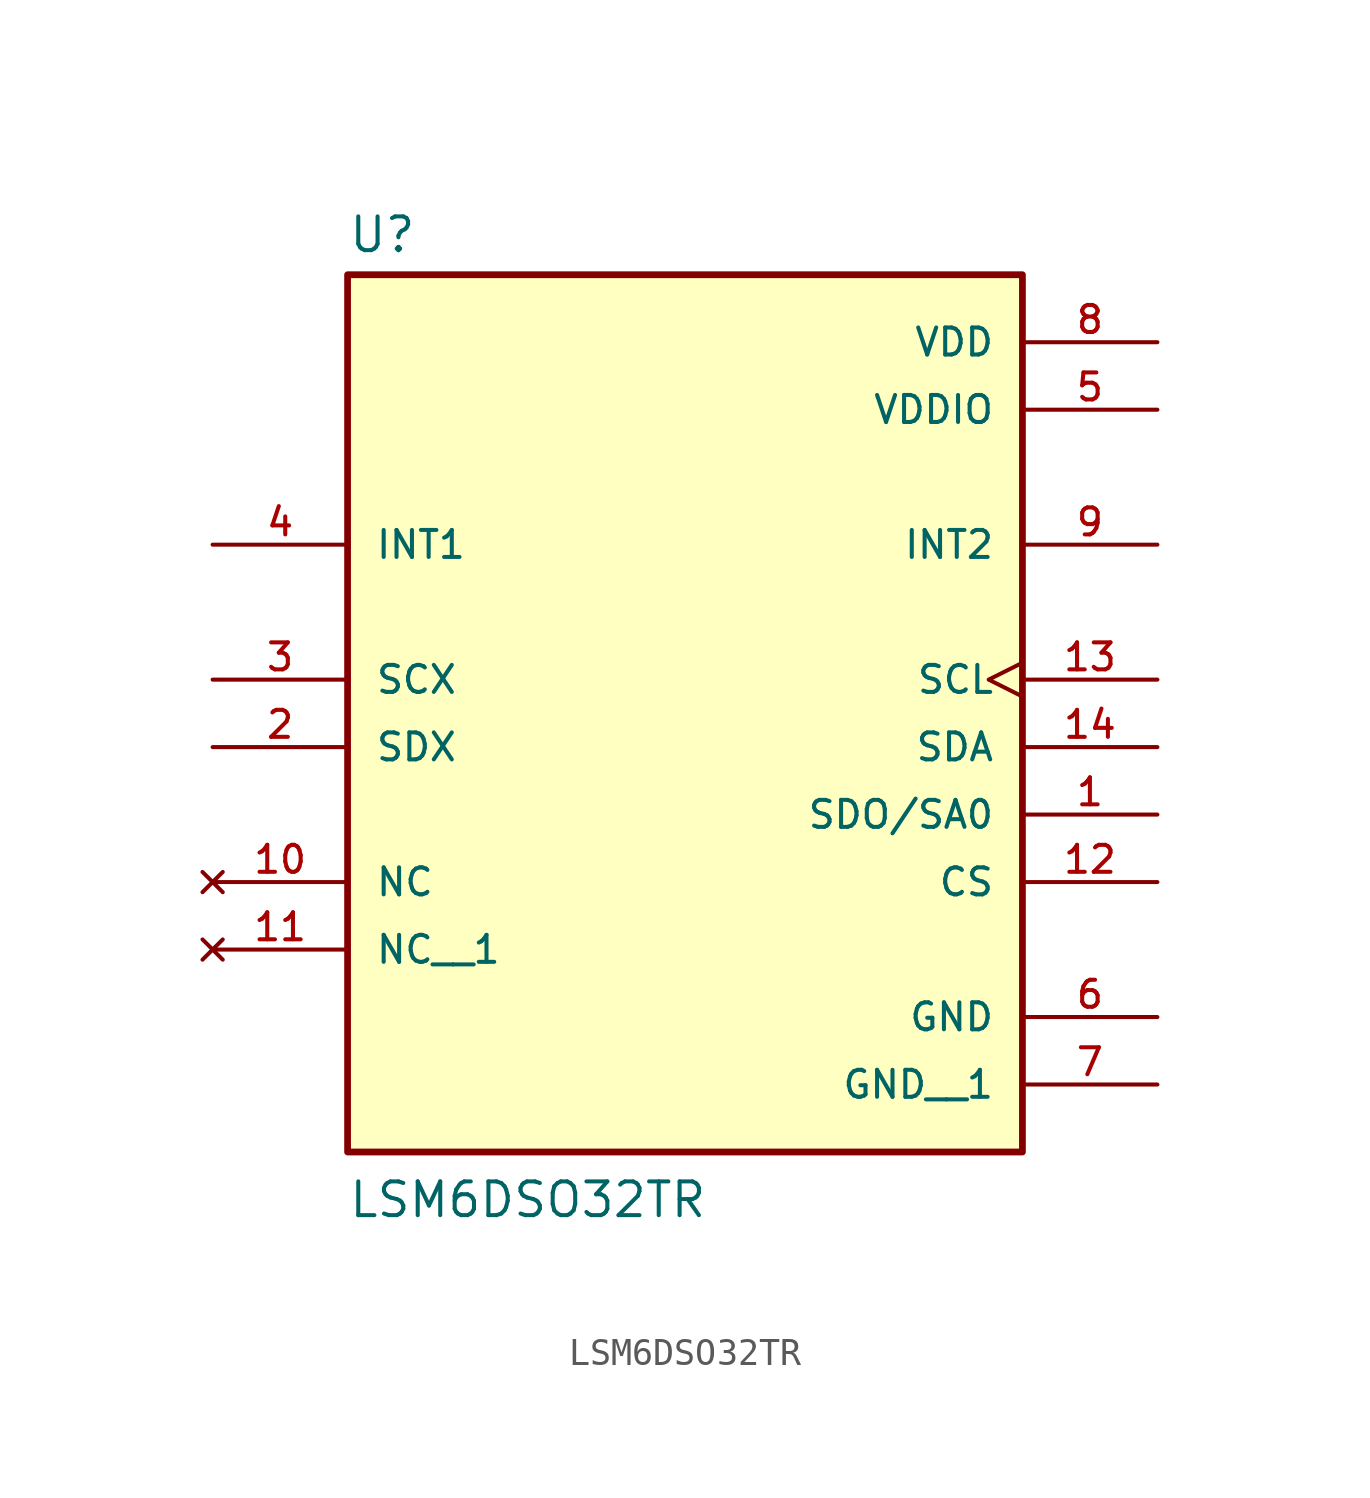
<source format=kicad_sym>
(kicad_symbol_lib
  (version 20211014)
  (generator kicad_symbol_editor)
  (symbol "LSM6DSO32TR"
    (pin_names
      (offset 1.016))
    (property "Reference" "U"
      (at -12.7 16.002 0)
      (effects (font (size 1.27 1.27)) (justify bottom left)))
    (property "Value" "LSM6DSO32TR"
      (at -12.7 -20.32 0)
      (effects (font (size 1.27 1.27)) (justify bottom left)))
    (symbol "LSM6DSO32TR_0_0"
      (rectangle (start -12.7 -17.78) (end 12.7 15.24) (stroke (width 0.254)) (fill (type background)))
      (pin bidirectional line (at 17.78 -5.08 180.0) (length 5.08) (name "SDO/SA0" (effects (font (size 1.016 1.016)))) (number "1" (effects (font (size 1.016 1.016)))))
      (pin passive line (at -17.78 -2.54 0) (length 5.08) (name "SDX" (effects (font (size 1.016 1.016)))) (number "2" (effects (font (size 1.016 1.016)))))
      (pin passive line (at -17.78 0.0 0) (length 5.08) (name "SCX" (effects (font (size 1.016 1.016)))) (number "3" (effects (font (size 1.016 1.016)))))
      (pin input line (at -17.78 5.08 0) (length 5.08) (name "INT1" (effects (font (size 1.016 1.016)))) (number "4" (effects (font (size 1.016 1.016)))))
      (pin power_in line (at 17.78 10.16 180.0) (length 5.08) (name "VDDIO" (effects (font (size 1.016 1.016)))) (number "5" (effects (font (size 1.016 1.016)))))
      (pin power_in line (at 17.78 -12.7 180.0) (length 5.08) (name "GND" (effects (font (size 1.016 1.016)))) (number "6" (effects (font (size 1.016 1.016)))))
      (pin power_in line (at 17.78 12.7 180.0) (length 5.08) (name "VDD" (effects (font (size 1.016 1.016)))) (number "8" (effects (font (size 1.016 1.016)))))
      (pin output line (at 17.78 5.08 180.0) (length 5.08) (name "INT2" (effects (font (size 1.016 1.016)))) (number "9" (effects (font (size 1.016 1.016)))))
      (pin no_connect line (at -17.78 -7.62 0) (length 5.08) (name "NC" (effects (font (size 1.016 1.016)))) (number "10" (effects (font (size 1.016 1.016)))))
      (pin input line (at 17.78 -7.62 180.0) (length 5.08) (name "CS" (effects (font (size 1.016 1.016)))) (number "12" (effects (font (size 1.016 1.016)))))
      (pin input clock (at 17.78 0.0 180.0) (length 5.08) (name "SCL" (effects (font (size 1.016 1.016)))) (number "13" (effects (font (size 1.016 1.016)))))
      (pin bidirectional line (at 17.78 -2.54 180.0) (length 5.08) (name "SDA" (effects (font (size 1.016 1.016)))) (number "14" (effects (font (size 1.016 1.016)))))
      (pin no_connect line (at -17.78 -10.16 0) (length 5.08) (name "NC__1" (effects (font (size 1.016 1.016)))) (number "11" (effects (font (size 1.016 1.016)))))
      (pin power_in line (at 17.78 -15.24 180.0) (length 5.08) (name "GND__1" (effects (font (size 1.016 1.016)))) (number "7" (effects (font (size 1.016 1.016))))))))
</source>
